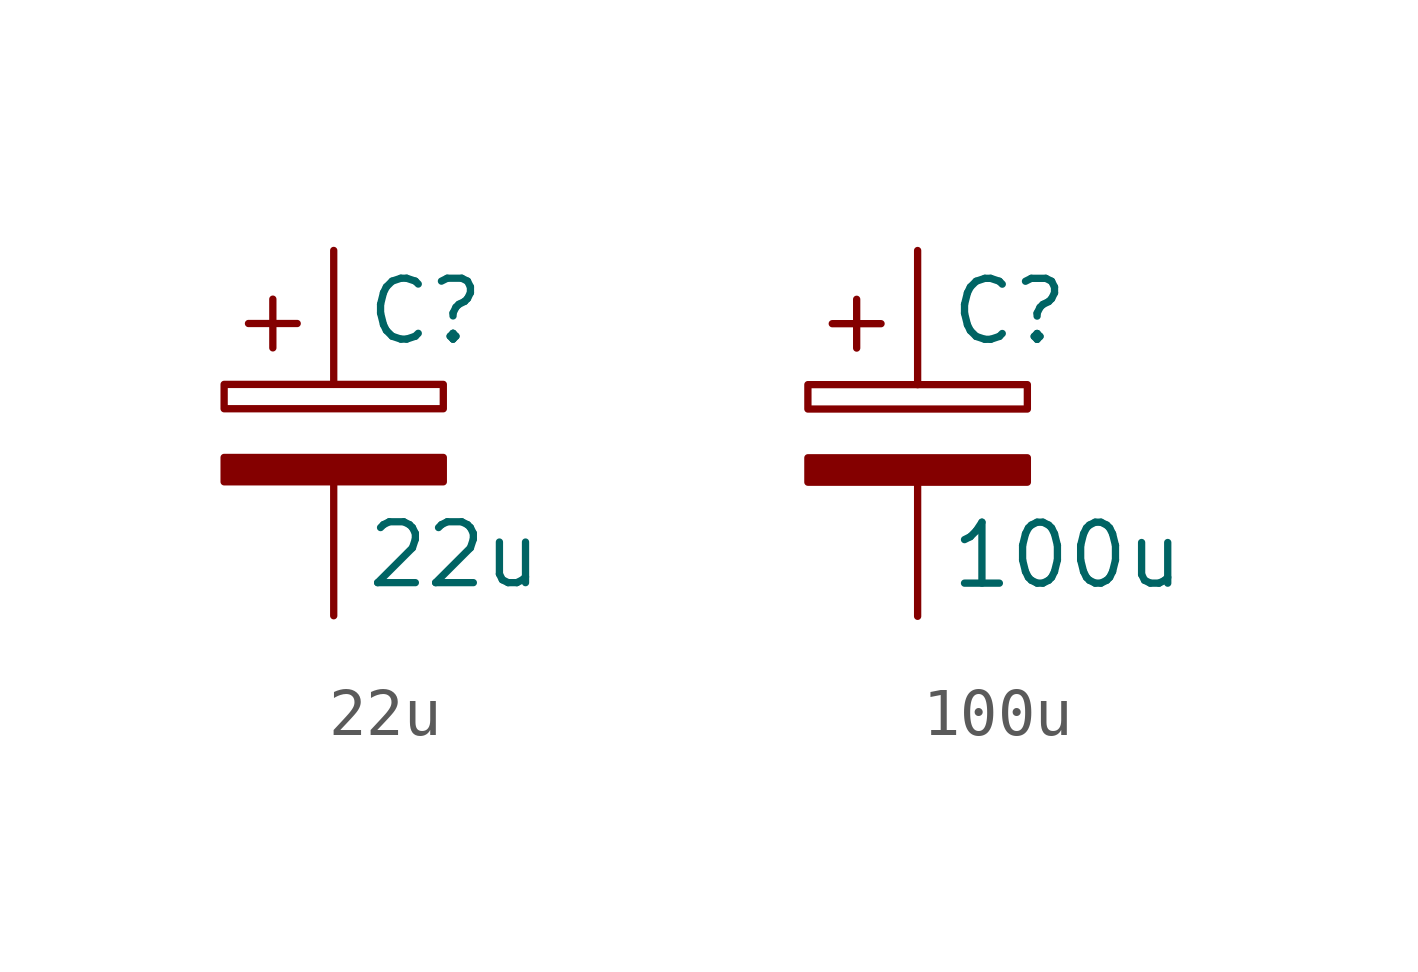
<source format=kicad_sym>
(kicad_symbol_lib
  (version 20211014)
  (generator kicad_symbol_editor)
  (symbol "22u"
    (pin_numbers hide)
    (pin_names
      (offset 0.254))
    (property "Reference" "C"
      (at 0.635 2.54 0)
      (effects (font (size 1.27 1.27)) (justify left)))
    (property "Value" "22u"
      (at 0.635 -2.54 0)
      (effects (font (size 1.27 1.27)) (justify left)))
    (symbol "22u_0_1"
      (rectangle (start -2.286 0.508) (end 2.286 1.016) (stroke (width 0) (type default) (color 0 0 0 0)) (fill (type none)))
      (polyline (pts (xy -1.778 2.286) (xy -0.762 2.286)) (stroke (width 0) (type default) (color 0 0 0 0)) (fill (type none)))
      (polyline (pts (xy -1.27 2.794) (xy -1.27 1.778)) (stroke (width 0) (type default) (color 0 0 0 0)) (fill (type none)))
      (rectangle (start 2.286 -0.508) (end -2.286 -1.016) (stroke (width 0) (type default) (color 0 0 0 0)) (fill (type outline))))
    (symbol "22u_1_1"
      (pin passive line (at 0 3.81 270) (length 2.794) (name "~" (effects (font (size 1.27 1.27)))) (number "1" (effects (font (size 1.27 1.27)))))
      (pin passive line (at 0 -3.81 90) (length 2.794) (name "~" (effects (font (size 1.27 1.27)))) (number "2" (effects (font (size 1.27 1.27)))))))
  (symbol "100u"
    (pin_numbers hide)
    (pin_names
      (offset 0.254))
    (property "Reference" "C"
      (at 0.635 2.54 0)
      (effects (font (size 1.27 1.27)) (justify left)))
    (property "Value" "100u"
      (at 0.635 -2.54 0)
      (effects (font (size 1.27 1.27)) (justify left)))
    (symbol "100u_0_1"
      (rectangle (start -2.286 0.508) (end 2.286 1.016) (stroke (width 0) (type default) (color 0 0 0 0)) (fill (type none)))
      (polyline (pts (xy -1.778 2.286) (xy -0.762 2.286)) (stroke (width 0) (type default) (color 0 0 0 0)) (fill (type none)))
      (polyline (pts (xy -1.27 2.794) (xy -1.27 1.778)) (stroke (width 0) (type default) (color 0 0 0 0)) (fill (type none)))
      (rectangle (start 2.286 -0.508) (end -2.286 -1.016) (stroke (width 0) (type default) (color 0 0 0 0)) (fill (type outline))))
    (symbol "100u_1_1"
      (pin passive line (at 0 3.81 270) (length 2.794) (name "~" (effects (font (size 1.27 1.27)))) (number "1" (effects (font (size 1.27 1.27)))))
      (pin passive line (at 0 -3.81 90) (length 2.794) (name "~" (effects (font (size 1.27 1.27)))) (number "2" (effects (font (size 1.27 1.27))))))))
</source>
